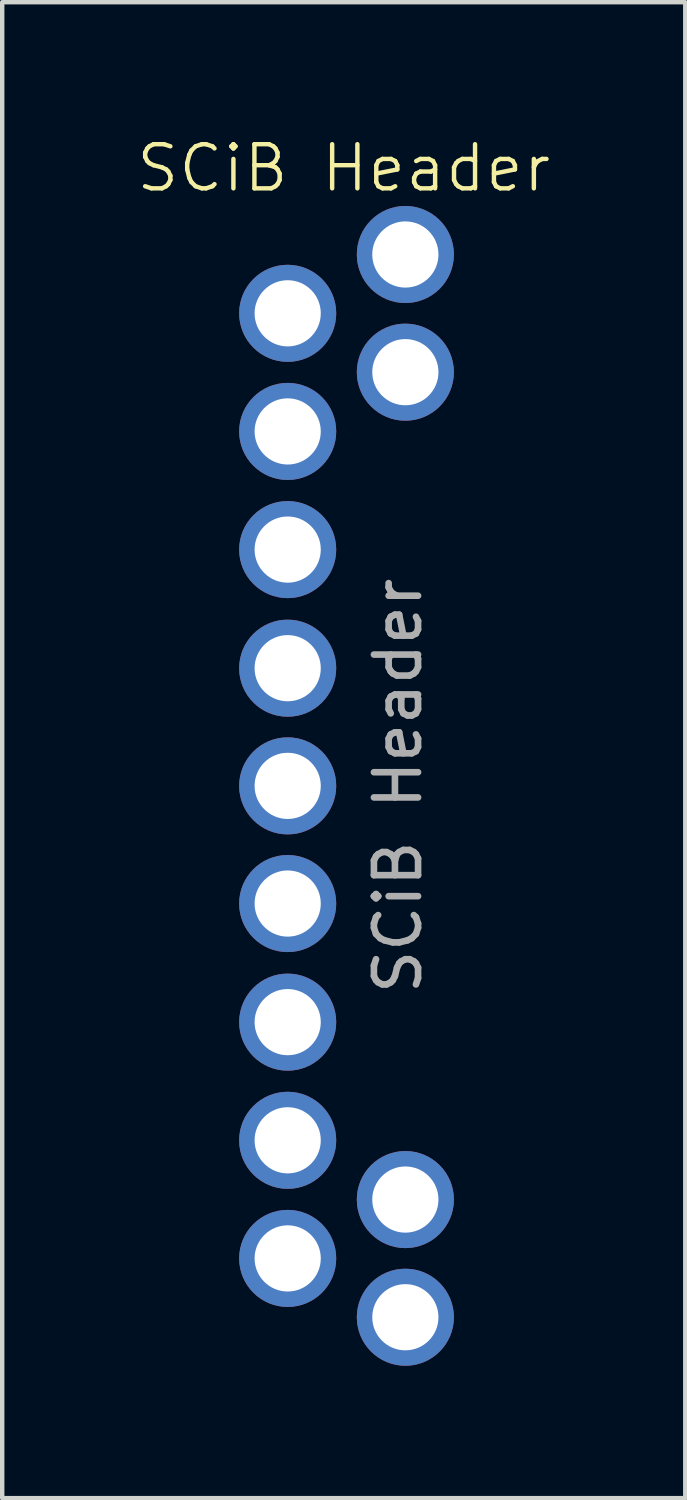
<source format=kicad_pcb>
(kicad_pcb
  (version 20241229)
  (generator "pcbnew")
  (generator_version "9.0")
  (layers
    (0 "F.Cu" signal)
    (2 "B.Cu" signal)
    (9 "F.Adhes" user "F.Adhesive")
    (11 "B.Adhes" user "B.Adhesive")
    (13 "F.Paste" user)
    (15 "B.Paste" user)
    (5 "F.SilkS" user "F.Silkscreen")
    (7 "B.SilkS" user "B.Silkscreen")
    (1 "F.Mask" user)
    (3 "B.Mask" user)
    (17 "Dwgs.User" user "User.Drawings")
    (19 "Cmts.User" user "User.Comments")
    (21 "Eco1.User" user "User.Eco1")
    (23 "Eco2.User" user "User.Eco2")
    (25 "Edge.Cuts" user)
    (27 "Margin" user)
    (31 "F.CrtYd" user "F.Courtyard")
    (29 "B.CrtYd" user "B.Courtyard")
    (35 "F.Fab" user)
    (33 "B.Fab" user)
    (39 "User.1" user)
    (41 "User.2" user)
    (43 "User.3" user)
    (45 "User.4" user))
  (footprint "SCiB Header"
    (layer "F.Cu")
    (at 3.47 14.761)
    (property "Reference" "SCiB Header" (at 1.27 -14 0) (unlocked yes) (layer "F.SilkS") (effects (font (size 1 1) (thickness 0.1))))
    (attr smd)
    (fp_text user "${REFERENCE}" (at 2.5 0 90) (unlocked yes) (layer "F.Fab") (effects (font (size 1 1) (thickness 0.15))))
    (pad "1" thru_hole circle (at 0 0) (size 2.2 2.2) (drill 1.5) (layers "*.Cu" "*.Mask"))
    (pad "2" thru_hole circle (at 0 2.667) (size 2.2 2.2) (drill 1.5) (layers "*.Cu" "*.Mask"))
    (pad "3" thru_hole circle (at 0 -2.667) (size 2.2 2.2) (drill 1.5) (layers "*.Cu" "*.Mask"))
    (pad "4" thru_hole circle (at 0 5.355) (size 2.2 2.2) (drill 1.5) (layers "*.Cu" "*.Mask"))
    (pad "5" thru_hole circle (at 0 -5.355) (size 2.2 2.2) (drill 1.5) (layers "*.Cu" "*.Mask"))
    (pad "6" thru_hole circle (at 0 8.033) (size 2.2 2.2) (drill 1.5) (layers "*.Cu" "*.Mask"))
    (pad "7" thru_hole circle (at 0 -8.033) (size 2.2 2.2) (drill 1.5) (layers "*.Cu" "*.Mask"))
    (pad "8" thru_hole circle (at 0 10.71) (size 2.2 2.2) (drill 1.5) (layers "*.Cu" "*.Mask"))
    (pad "9" thru_hole circle (at 0 -10.71) (size 2.2 2.2) (drill 1.5) (layers "*.Cu" "*.Mask"))
    (pad "10" thru_hole circle (at 2.667 12.043) (size 2.2 2.2) (drill 1.5) (layers "*.Cu" "*.Mask"))
    (pad "11" thru_hole circle (at 2.667 -12.043) (size 2.2 2.2) (drill 1.5) (layers "*.Cu" "*.Mask"))
    (pad "12" thru_hole circle (at 2.667 9.376) (size 2.2 2.2) (drill 1.5) (layers "*.Cu" "*.Mask"))
    (pad "13" thru_hole circle (at 2.667 -9.376) (size 2.2 2.2) (drill 1.5) (layers "*.Cu" "*.Mask")))
  (gr_rect
    (start -3 -3)
    (end 12.481 30.904)
    (stroke (width 0.1) (type default))
    (fill no)
    (layer "Edge.Cuts")))
</source>
